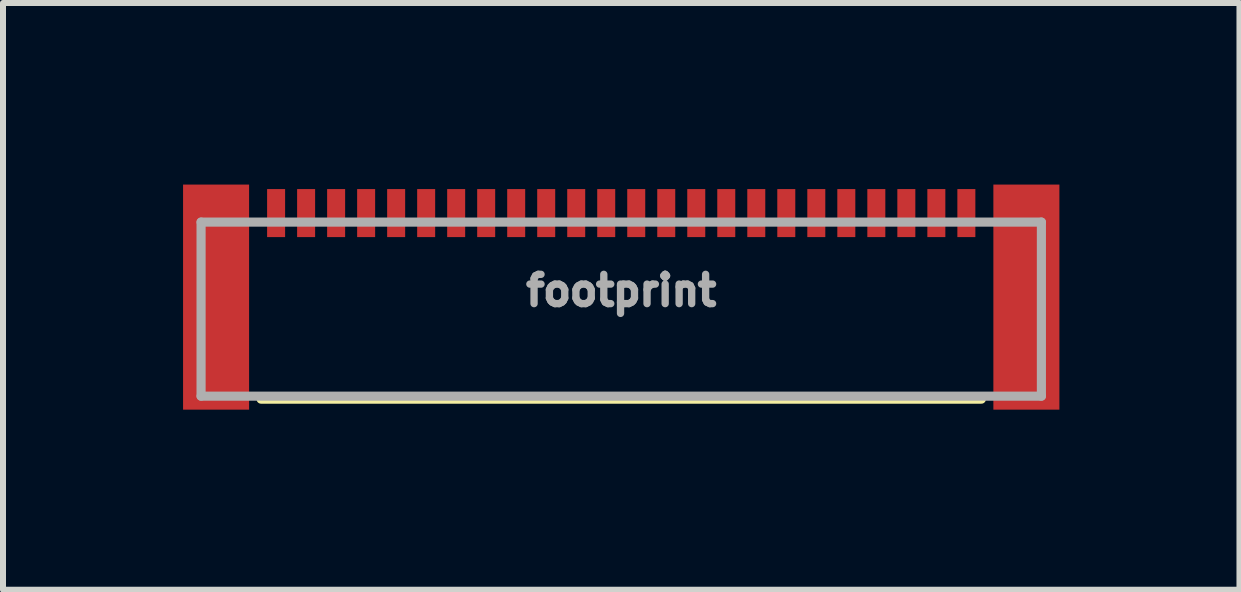
<source format=kicad_pcb>
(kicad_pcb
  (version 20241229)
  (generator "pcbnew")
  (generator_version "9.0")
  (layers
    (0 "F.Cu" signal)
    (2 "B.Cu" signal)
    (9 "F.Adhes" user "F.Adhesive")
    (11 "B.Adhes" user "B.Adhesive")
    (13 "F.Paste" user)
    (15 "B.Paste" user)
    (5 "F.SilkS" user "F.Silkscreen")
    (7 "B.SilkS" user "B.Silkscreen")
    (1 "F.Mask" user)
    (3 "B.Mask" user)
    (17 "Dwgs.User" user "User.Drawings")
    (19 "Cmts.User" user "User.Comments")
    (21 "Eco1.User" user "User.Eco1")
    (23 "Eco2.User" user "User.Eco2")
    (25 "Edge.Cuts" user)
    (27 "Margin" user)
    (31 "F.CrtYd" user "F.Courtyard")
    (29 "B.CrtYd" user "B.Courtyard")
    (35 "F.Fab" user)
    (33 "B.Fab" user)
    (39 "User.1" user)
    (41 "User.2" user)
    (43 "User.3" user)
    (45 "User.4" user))
  (footprint "footprint"
    (layer "F.Cu")
    (at 7.3 0.9)
    (property "Reference" "footprint" (at 0 0.889 0) (layer "F.Fab") (effects (font (size 0.488 0.488) (thickness 0.122))))
    (fp_line (start -6 2.7) (end 6 2.7) (stroke (width 0.152) (type solid)) (layer "F.SilkS"))
    (fp_line (start -7 -0.25) (end 7 -0.25) (stroke (width 0.152) (type solid)) (layer "F.Fab"))
    (fp_line (start -7 2.65) (end -7 -0.25) (stroke (width 0.152) (type solid)) (layer "F.Fab"))
    (fp_line (start 7 -0.25) (end 7 2.65) (stroke (width 0.152) (type solid)) (layer "F.Fab"))
    (fp_line (start 7 2.65) (end -7 2.65) (stroke (width 0.152) (type solid)) (layer "F.Fab"))
    (pad "1" smd rect (at 5.75 -0.4) (size 0.3 0.8) (layers "F.Cu" "F.Mask" "F.Paste"))
    (pad "2" smd rect (at 5.25 -0.4) (size 0.3 0.8) (layers "F.Cu" "F.Mask" "F.Paste"))
    (pad "3" smd rect (at 4.75 -0.4) (size 0.3 0.8) (layers "F.Cu" "F.Mask" "F.Paste"))
    (pad "4" smd rect (at 4.25 -0.4) (size 0.3 0.8) (layers "F.Cu" "F.Mask" "F.Paste"))
    (pad "5" smd rect (at 3.75 -0.4) (size 0.3 0.8) (layers "F.Cu" "F.Mask" "F.Paste"))
    (pad "6" smd rect (at 3.25 -0.4) (size 0.3 0.8) (layers "F.Cu" "F.Mask" "F.Paste"))
    (pad "7" smd rect (at 2.75 -0.4) (size 0.3 0.8) (layers "F.Cu" "F.Mask" "F.Paste"))
    (pad "8" smd rect (at 2.25 -0.4) (size 0.3 0.8) (layers "F.Cu" "F.Mask" "F.Paste"))
    (pad "9" smd rect (at 1.75 -0.4) (size 0.3 0.8) (layers "F.Cu" "F.Mask" "F.Paste"))
    (pad "10" smd rect (at 1.25 -0.4) (size 0.3 0.8) (layers "F.Cu" "F.Mask" "F.Paste"))
    (pad "11" smd rect (at 0.75 -0.4) (size 0.3 0.8) (layers "F.Cu" "F.Mask" "F.Paste"))
    (pad "12" smd rect (at 0.25 -0.4) (size 0.3 0.8) (layers "F.Cu" "F.Mask" "F.Paste"))
    (pad "13" smd rect (at -0.25 -0.4) (size 0.3 0.8) (layers "F.Cu" "F.Mask" "F.Paste"))
    (pad "14" smd rect (at -0.75 -0.4) (size 0.3 0.8) (layers "F.Cu" "F.Mask" "F.Paste"))
    (pad "15" smd rect (at -1.25 -0.4) (size 0.3 0.8) (layers "F.Cu" "F.Mask" "F.Paste"))
    (pad "16" smd rect (at -1.75 -0.4) (size 0.3 0.8) (layers "F.Cu" "F.Mask" "F.Paste"))
    (pad "17" smd rect (at -2.25 -0.4) (size 0.3 0.8) (layers "F.Cu" "F.Mask" "F.Paste"))
    (pad "18" smd rect (at -2.75 -0.4) (size 0.3 0.8) (layers "F.Cu" "F.Mask" "F.Paste"))
    (pad "19" smd rect (at -3.25 -0.4) (size 0.3 0.8) (layers "F.Cu" "F.Mask" "F.Paste"))
    (pad "20" smd rect (at -3.75 -0.4) (size 0.3 0.8) (layers "F.Cu" "F.Mask" "F.Paste"))
    (pad "21" smd rect (at -4.25 -0.4) (size 0.3 0.8) (layers "F.Cu" "F.Mask" "F.Paste"))
    (pad "22" smd rect (at -4.75 -0.4) (size 0.3 0.8) (layers "F.Cu" "F.Mask" "F.Paste"))
    (pad "23" smd rect (at -5.25 -0.4) (size 0.3 0.8) (layers "F.Cu" "F.Mask" "F.Paste"))
    (pad "24" smd rect (at -5.75 -0.4) (size 0.3 0.8) (layers "F.Cu" "F.Mask" "F.Paste"))
    (pad "MNT1" smd rect (at -6.75 1 90) (size 3.75 1.1) (layers "F.Cu" "F.Mask" "F.Paste"))
    (pad "MNT2" smd rect (at 6.75 1 90) (size 3.75 1.1) (layers "F.Cu" "F.Mask" "F.Paste"))
    (zone (net_name "") (layer "F.Cu") (hatch edge 0.508) (connect_pads) (min_thickness 0.254) (filled_areas_thickness no) (keepout (tracks not_allowed) (vias not_allowed) (pads not_allowed) (copperpour not_allowed) (footprints allowed)) (placement (enabled no)) (fill) (polygon (pts (xy 1.7 1) (xy 1.9 1) (xy 1.9 0) (xy 1.7 0))))
    (zone (net_name "") (layer "F.Cu") (hatch edge 0.508) (connect_pads) (min_thickness 0.254) (filled_areas_thickness no) (keepout (tracks not_allowed) (vias not_allowed) (pads not_allowed) (copperpour not_allowed) (footprints allowed)) (placement (enabled no)) (fill) (polygon (pts (xy 2.2 1) (xy 2.4 1) (xy 2.4 0) (xy 2.2 0))))
    (zone (net_name "") (layer "F.Cu") (hatch edge 0.508) (connect_pads) (min_thickness 0.254) (filled_areas_thickness no) (keepout (tracks not_allowed) (vias not_allowed) (pads not_allowed) (copperpour not_allowed) (footprints allowed)) (placement (enabled no)) (fill) (polygon (pts (xy 2.7 1) (xy 2.9 1) (xy 2.9 0) (xy 2.7 0))))
    (zone (net_name "") (layer "F.Cu") (hatch edge 0.508) (connect_pads) (min_thickness 0.254) (filled_areas_thickness no) (keepout (tracks not_allowed) (vias not_allowed) (pads not_allowed) (copperpour not_allowed) (footprints allowed)) (placement (enabled no)) (fill) (polygon (pts (xy 3.2 1) (xy 3.4 1) (xy 3.4 0) (xy 3.2 0))))
    (zone (net_name "") (layer "F.Cu") (hatch edge 0.508) (connect_pads) (min_thickness 0.254) (filled_areas_thickness no) (keepout (tracks not_allowed) (vias not_allowed) (pads not_allowed) (copperpour not_allowed) (footprints allowed)) (placement (enabled no)) (fill) (polygon (pts (xy 3.7 1) (xy 3.9 1) (xy 3.9 0) (xy 3.7 0))))
    (zone (net_name "") (layer "F.Cu") (hatch edge 0.508) (connect_pads) (min_thickness 0.254) (filled_areas_thickness no) (keepout (tracks not_allowed) (vias not_allowed) (pads not_allowed) (copperpour not_allowed) (footprints allowed)) (placement (enabled no)) (fill) (polygon (pts (xy 4.2 1) (xy 4.4 1) (xy 4.4 0) (xy 4.2 0))))
    (zone (net_name "") (layer "F.Cu") (hatch edge 0.508) (connect_pads) (min_thickness 0.254) (filled_areas_thickness no) (keepout (tracks not_allowed) (vias not_allowed) (pads not_allowed) (copperpour not_allowed) (footprints allowed)) (placement (enabled no)) (fill) (polygon (pts (xy 4.7 1) (xy 4.9 1) (xy 4.9 0) (xy 4.7 0))))
    (zone (net_name "") (layer "F.Cu") (hatch edge 0.508) (connect_pads) (min_thickness 0.254) (filled_areas_thickness no) (keepout (tracks not_allowed) (vias not_allowed) (pads not_allowed) (copperpour not_allowed) (footprints allowed)) (placement (enabled no)) (fill) (polygon (pts (xy 5.2 1) (xy 5.4 1) (xy 5.4 0) (xy 5.2 0))))
    (zone (net_name "") (layer "F.Cu") (hatch edge 0.508) (connect_pads) (min_thickness 0.254) (filled_areas_thickness no) (keepout (tracks not_allowed) (vias not_allowed) (pads not_allowed) (copperpour not_allowed) (footprints allowed)) (placement (enabled no)) (fill) (polygon (pts (xy 5.7 1) (xy 5.9 1) (xy 5.9 0) (xy 5.7 0))))
    (zone (net_name "") (layer "F.Cu") (hatch edge 0.508) (connect_pads) (min_thickness 0.254) (filled_areas_thickness no) (keepout (tracks not_allowed) (vias not_allowed) (pads not_allowed) (copperpour not_allowed) (footprints allowed)) (placement (enabled no)) (fill) (polygon (pts (xy 6.2 1) (xy 6.4 1) (xy 6.4 0) (xy 6.2 0))))
    (zone (net_name "") (layer "F.Cu") (hatch edge 0.508) (connect_pads) (min_thickness 0.254) (filled_areas_thickness no) (keepout (tracks not_allowed) (vias not_allowed) (pads not_allowed) (copperpour not_allowed) (footprints allowed)) (placement (enabled no)) (fill) (polygon (pts (xy 6.7 1) (xy 6.9 1) (xy 6.9 0) (xy 6.7 0))))
    (zone (net_name "") (layer "F.Cu") (hatch edge 0.508) (connect_pads) (min_thickness 0.254) (filled_areas_thickness no) (keepout (tracks not_allowed) (vias not_allowed) (pads not_allowed) (copperpour not_allowed) (footprints allowed)) (placement (enabled no)) (fill) (polygon (pts (xy 7.2 1) (xy 7.4 1) (xy 7.4 0) (xy 7.2 0))))
    (zone (net_name "") (layer "F.Cu") (hatch edge 0.508) (connect_pads) (min_thickness 0.254) (filled_areas_thickness no) (keepout (tracks not_allowed) (vias not_allowed) (pads not_allowed) (copperpour not_allowed) (footprints allowed)) (placement (enabled no)) (fill) (polygon (pts (xy 7.7 1) (xy 7.9 1) (xy 7.9 0) (xy 7.7 0))))
    (zone (net_name "") (layer "F.Cu") (hatch edge 0.508) (connect_pads) (min_thickness 0.254) (filled_areas_thickness no) (keepout (tracks not_allowed) (vias not_allowed) (pads not_allowed) (copperpour not_allowed) (footprints allowed)) (placement (enabled no)) (fill) (polygon (pts (xy 8.2 1) (xy 8.4 1) (xy 8.4 0) (xy 8.2 0))))
    (zone (net_name "") (layer "F.Cu") (hatch edge 0.508) (connect_pads) (min_thickness 0.254) (filled_areas_thickness no) (keepout (tracks not_allowed) (vias not_allowed) (pads not_allowed) (copperpour not_allowed) (footprints allowed)) (placement (enabled no)) (fill) (polygon (pts (xy 8.7 1) (xy 8.9 1) (xy 8.9 0) (xy 8.7 0))))
    (zone (net_name "") (layer "F.Cu") (hatch edge 0.508) (connect_pads) (min_thickness 0.254) (filled_areas_thickness no) (keepout (tracks not_allowed) (vias not_allowed) (pads not_allowed) (copperpour not_allowed) (footprints allowed)) (placement (enabled no)) (fill) (polygon (pts (xy 9.2 1) (xy 9.4 1) (xy 9.4 0) (xy 9.2 0))))
    (zone (net_name "") (layer "F.Cu") (hatch edge 0.508) (connect_pads) (min_thickness 0.254) (filled_areas_thickness no) (keepout (tracks not_allowed) (vias not_allowed) (pads not_allowed) (copperpour not_allowed) (footprints allowed)) (placement (enabled no)) (fill) (polygon (pts (xy 9.7 1) (xy 9.9 1) (xy 9.9 0) (xy 9.7 0))))
    (zone (net_name "") (layer "F.Cu") (hatch edge 0.508) (connect_pads) (min_thickness 0.254) (filled_areas_thickness no) (keepout (tracks not_allowed) (vias not_allowed) (pads not_allowed) (copperpour not_allowed) (footprints allowed)) (placement (enabled no)) (fill) (polygon (pts (xy 10.2 1) (xy 10.4 1) (xy 10.4 0) (xy 10.2 0))))
    (zone (net_name "") (layer "F.Cu") (hatch edge 0.508) (connect_pads) (min_thickness 0.254) (filled_areas_thickness no) (keepout (tracks not_allowed) (vias not_allowed) (pads not_allowed) (copperpour not_allowed) (footprints allowed)) (placement (enabled no)) (fill) (polygon (pts (xy 10.7 1) (xy 10.9 1) (xy 10.9 0) (xy 10.7 0))))
    (zone (net_name "") (layer "F.Cu") (hatch edge 0.508) (connect_pads) (min_thickness 0.254) (filled_areas_thickness no) (keepout (tracks not_allowed) (vias not_allowed) (pads not_allowed) (copperpour not_allowed) (footprints allowed)) (placement (enabled no)) (fill) (polygon (pts (xy 11.2 1) (xy 11.4 1) (xy 11.4 0) (xy 11.2 0))))
    (zone (net_name "") (layer "F.Cu") (hatch edge 0.508) (connect_pads) (min_thickness 0.254) (filled_areas_thickness no) (keepout (tracks not_allowed) (vias not_allowed) (pads not_allowed) (copperpour not_allowed) (footprints allowed)) (placement (enabled no)) (fill) (polygon (pts (xy 11.7 1) (xy 11.9 1) (xy 11.9 0) (xy 11.7 0))))
    (zone (net_name "") (layer "F.Cu") (hatch edge 0.508) (connect_pads) (min_thickness 0.254) (filled_areas_thickness no) (keepout (tracks not_allowed) (vias not_allowed) (pads not_allowed) (copperpour not_allowed) (footprints allowed)) (placement (enabled no)) (fill) (polygon (pts (xy 12.2 1) (xy 12.4 1) (xy 12.4 0) (xy 12.2 0))))
    (zone (net_name "") (layer "F.Cu") (hatch edge 0.508) (connect_pads) (min_thickness 0.254) (filled_areas_thickness no) (keepout (tracks not_allowed) (vias not_allowed) (pads not_allowed) (copperpour not_allowed) (footprints allowed)) (placement (enabled no)) (fill) (polygon (pts (xy 12.7 1) (xy 12.9 1) (xy 12.9 0) (xy 12.7 0)))))
  (gr_rect
    (start -3 -3)
    (end 17.6 6.775)
    (stroke (width 0.1) (type default))
    (fill no)
    (layer "Edge.Cuts")))
</source>
